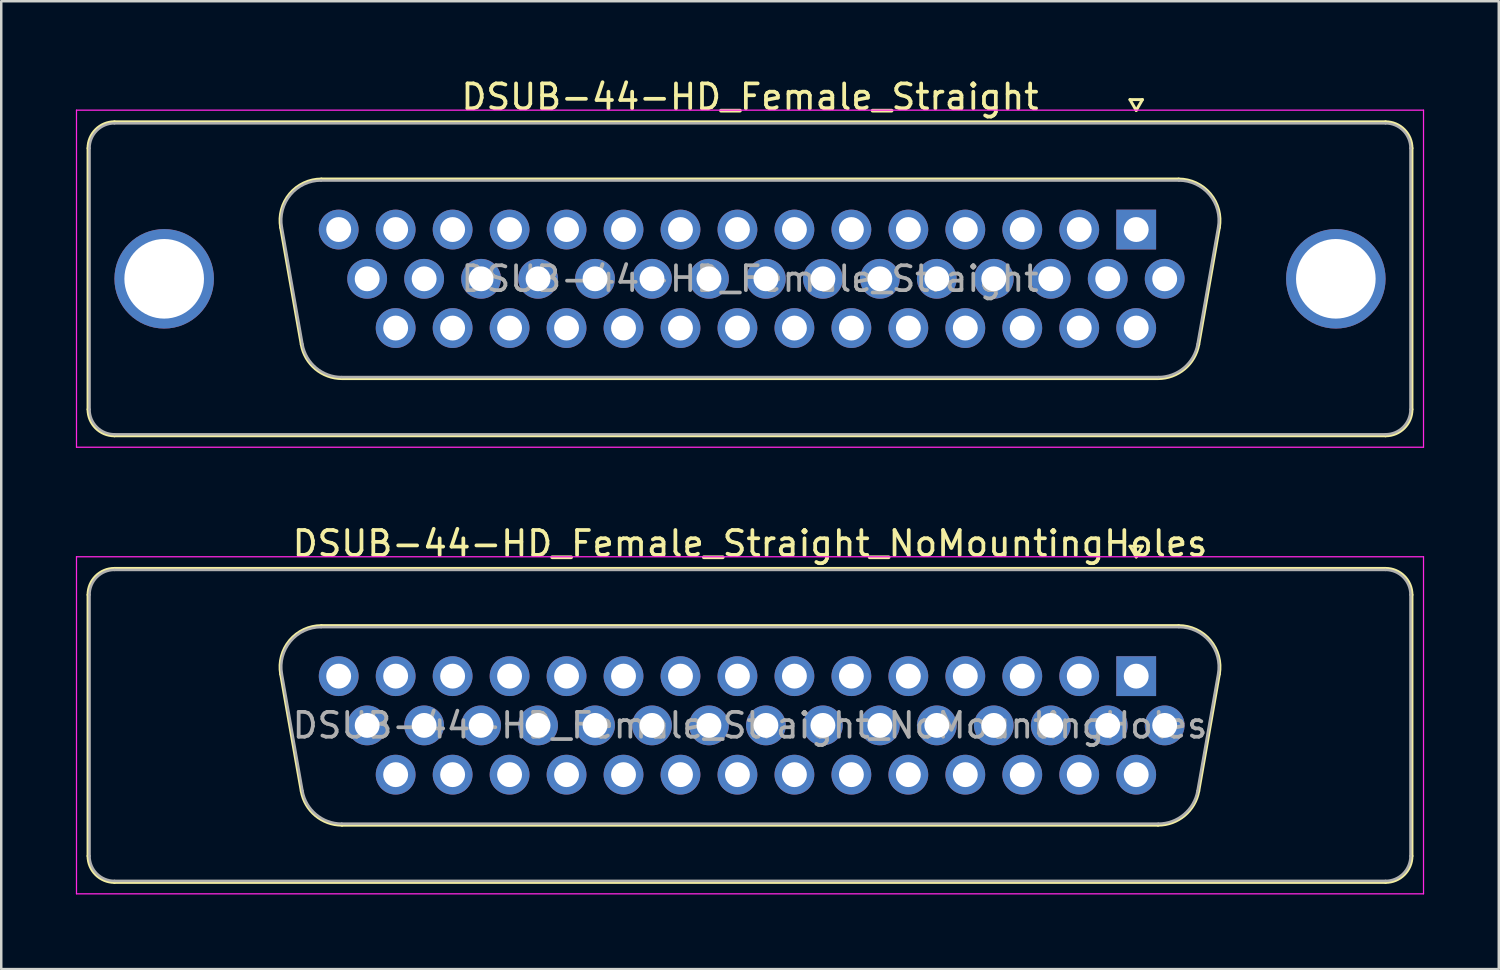
<source format=kicad_pcb>
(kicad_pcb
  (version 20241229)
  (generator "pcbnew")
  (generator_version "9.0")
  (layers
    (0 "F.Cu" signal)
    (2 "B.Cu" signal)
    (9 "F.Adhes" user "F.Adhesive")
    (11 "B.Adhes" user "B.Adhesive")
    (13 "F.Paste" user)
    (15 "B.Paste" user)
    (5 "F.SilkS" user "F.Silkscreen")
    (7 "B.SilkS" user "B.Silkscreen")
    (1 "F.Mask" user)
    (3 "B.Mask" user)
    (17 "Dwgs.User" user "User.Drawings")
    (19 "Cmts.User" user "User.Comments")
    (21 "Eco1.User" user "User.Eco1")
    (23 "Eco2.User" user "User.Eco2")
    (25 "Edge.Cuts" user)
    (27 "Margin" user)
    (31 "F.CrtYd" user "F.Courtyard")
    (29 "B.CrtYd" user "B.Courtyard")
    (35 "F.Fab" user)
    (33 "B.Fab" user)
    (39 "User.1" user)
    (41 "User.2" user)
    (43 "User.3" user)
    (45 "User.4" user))
  (footprint "DSUB-44-HD_Female_Straight"
    (layer "F.Cu")
    (at 42.625 6.178)
    (property "Reference" "DSUB-44-HD_Female_Straight" (at -15.525 -5.33 0) (layer "F.SilkS") (effects (font (size 1 1) (thickness 0.15))))
    (attr through_hole)
    (fp_line (start -42.135 7.23) (end -42.135 -3.27) (stroke (width 0.12) (type solid)) (layer "F.SilkS"))
    (fp_line (start -41.075 -4.33) (end 10.025 -4.33) (stroke (width 0.12) (type solid)) (layer "F.SilkS"))
    (fp_line (start -34.391 -0.082) (end -33.563 4.618) (stroke (width 0.12) (type solid)) (layer "F.SilkS"))
    (fp_line (start -32.757 -2.03) (end 1.707 -2.03) (stroke (width 0.12) (type solid)) (layer "F.SilkS"))
    (fp_line (start -31.928 5.99) (end 0.878 5.99) (stroke (width 0.12) (type solid)) (layer "F.SilkS"))
    (fp_line (start -0.25 -5.224) (end 0.25 -5.224) (stroke (width 0.12) (type solid)) (layer "F.SilkS"))
    (fp_line (start 0 -4.791) (end -0.25 -5.224) (stroke (width 0.12) (type solid)) (layer "F.SilkS"))
    (fp_line (start 0.25 -5.224) (end 0 -4.791) (stroke (width 0.12) (type solid)) (layer "F.SilkS"))
    (fp_line (start 3.341 -0.082) (end 2.513 4.618) (stroke (width 0.12) (type solid)) (layer "F.SilkS"))
    (fp_line (start 10.025 8.29) (end -41.075 8.29) (stroke (width 0.12) (type solid)) (layer "F.SilkS"))
    (fp_line (start 11.085 -3.27) (end 11.085 7.23) (stroke (width 0.12) (type solid)) (layer "F.SilkS"))
    (fp_arc (start -42.135 -3.27) (mid -41.824533 -4.019533) (end -41.075 -4.33) (stroke (width 0.12) (type solid)) (layer "F.SilkS"))
    (fp_arc (start -41.075 8.29) (mid -41.824533 7.979533) (end -42.135 7.23) (stroke (width 0.12) (type solid)) (layer "F.SilkS"))
    (fp_arc (start -34.39147 -0.081744) (mid -34.028323 -1.437028) (end -32.756689 -2.03) (stroke (width 0.12) (type solid)) (layer "F.SilkS"))
    (fp_arc (start -31.927952 5.99) (mid -32.994979 5.601634) (end -33.562733 4.618256) (stroke (width 0.12) (type solid)) (layer "F.SilkS"))
    (fp_arc (start 1.706689 -2.03) (mid 2.978323 -1.437027) (end 3.34147 -0.081744) (stroke (width 0.12) (type solid)) (layer "F.SilkS"))
    (fp_arc (start 2.512733 4.618256) (mid 1.94498 5.601634) (end 0.877952 5.99) (stroke (width 0.12) (type solid)) (layer "F.SilkS"))
    (fp_arc (start 10.025 -4.33) (mid 10.774533 -4.019533) (end 11.085 -3.27) (stroke (width 0.12) (type solid)) (layer "F.SilkS"))
    (fp_arc (start 11.085 7.23) (mid 10.774533 7.979533) (end 10.025 8.29) (stroke (width 0.12) (type solid)) (layer "F.SilkS"))
    (fp_line (start -42.6 -4.8) (end -42.6 8.75) (stroke (width 0.05) (type solid)) (layer "F.CrtYd"))
    (fp_line (start -42.6 8.75) (end 11.55 8.75) (stroke (width 0.05) (type solid)) (layer "F.CrtYd"))
    (fp_line (start 11.55 -4.8) (end -42.6 -4.8) (stroke (width 0.05) (type solid)) (layer "F.CrtYd"))
    (fp_line (start 11.55 8.75) (end 11.55 -4.8) (stroke (width 0.05) (type solid)) (layer "F.CrtYd"))
    (fp_line (start -42.075 7.23) (end -42.075 -3.27) (stroke (width 0.1) (type solid)) (layer "F.Fab"))
    (fp_line (start -41.075 -4.27) (end 10.025 -4.27) (stroke (width 0.1) (type solid)) (layer "F.Fab"))
    (fp_line (start -34.344 -0.092) (end -33.515 4.608) (stroke (width 0.1) (type solid)) (layer "F.Fab"))
    (fp_line (start -32.768 -1.97) (end 1.718 -1.97) (stroke (width 0.1) (type solid)) (layer "F.Fab"))
    (fp_line (start -31.939 5.93) (end 0.889 5.93) (stroke (width 0.1) (type solid)) (layer "F.Fab"))
    (fp_line (start 3.294 -0.092) (end 2.465 4.608) (stroke (width 0.1) (type solid)) (layer "F.Fab"))
    (fp_line (start 10.025 8.23) (end -41.075 8.23) (stroke (width 0.1) (type solid)) (layer "F.Fab"))
    (fp_line (start 11.025 -3.27) (end 11.025 7.23) (stroke (width 0.1) (type solid)) (layer "F.Fab"))
    (fp_arc (start -42.075 -3.27) (mid -41.782107 -3.977107) (end -41.075 -4.27) (stroke (width 0.1) (type solid)) (layer "F.Fab"))
    (fp_arc (start -41.075 8.23) (mid -41.782107 7.937107) (end -42.075 7.23) (stroke (width 0.1) (type solid)) (layer "F.Fab"))
    (fp_arc (start -34.343886 -0.092163) (mid -33.993865 -1.39846) (end -32.768194 -1.97) (stroke (width 0.1) (type solid)) (layer "F.Fab"))
    (fp_arc (start -31.939457 5.93) (mid -32.967917 5.555671) (end -33.515149 4.607837) (stroke (width 0.1) (type solid)) (layer "F.Fab"))
    (fp_arc (start 1.718194 -1.97) (mid 2.943865 -1.39846) (end 3.293886 -0.092163) (stroke (width 0.1) (type solid)) (layer "F.Fab"))
    (fp_arc (start 2.465149 4.607837) (mid 1.917917 5.555671) (end 0.889457 5.93) (stroke (width 0.1) (type solid)) (layer "F.Fab"))
    (fp_arc (start 10.025 -4.27) (mid 10.732107 -3.977107) (end 11.025 -3.27) (stroke (width 0.1) (type solid)) (layer "F.Fab"))
    (fp_arc (start 11.025 7.23) (mid 10.732107 7.937107) (end 10.025 8.23) (stroke (width 0.1) (type solid)) (layer "F.Fab"))
    (fp_text user "${REFERENCE}" (at -15.525 1.98 0) (layer "F.Fab") (effects (font (size 1 1) (thickness 0.15))))
    (pad "0" thru_hole circle (at -39.075 1.98) (size 4 4) (drill 3.2) (layers "*.Cu" "*.Mask"))
    (pad "0" thru_hole circle (at 8.025 1.98) (size 4 4) (drill 3.2) (layers "*.Cu" "*.Mask"))
    (pad "1" thru_hole rect (at 0 0) (size 1.6 1.6) (drill 1) (layers "*.Cu" "*.Mask"))
    (pad "2" thru_hole circle (at -2.29 0) (size 1.6 1.6) (drill 1) (layers "*.Cu" "*.Mask"))
    (pad "3" thru_hole circle (at -4.58 0) (size 1.6 1.6) (drill 1) (layers "*.Cu" "*.Mask"))
    (pad "4" thru_hole circle (at -6.87 0) (size 1.6 1.6) (drill 1) (layers "*.Cu" "*.Mask"))
    (pad "5" thru_hole circle (at -9.16 0) (size 1.6 1.6) (drill 1) (layers "*.Cu" "*.Mask"))
    (pad "6" thru_hole circle (at -11.45 0) (size 1.6 1.6) (drill 1) (layers "*.Cu" "*.Mask"))
    (pad "7" thru_hole circle (at -13.74 0) (size 1.6 1.6) (drill 1) (layers "*.Cu" "*.Mask"))
    (pad "8" thru_hole circle (at -16.03 0) (size 1.6 1.6) (drill 1) (layers "*.Cu" "*.Mask"))
    (pad "9" thru_hole circle (at -18.32 0) (size 1.6 1.6) (drill 1) (layers "*.Cu" "*.Mask"))
    (pad "10" thru_hole circle (at -20.61 0) (size 1.6 1.6) (drill 1) (layers "*.Cu" "*.Mask"))
    (pad "11" thru_hole circle (at -22.9 0) (size 1.6 1.6) (drill 1) (layers "*.Cu" "*.Mask"))
    (pad "12" thru_hole circle (at -25.19 0) (size 1.6 1.6) (drill 1) (layers "*.Cu" "*.Mask"))
    (pad "13" thru_hole circle (at -27.48 0) (size 1.6 1.6) (drill 1) (layers "*.Cu" "*.Mask"))
    (pad "14" thru_hole circle (at -29.77 0) (size 1.6 1.6) (drill 1) (layers "*.Cu" "*.Mask"))
    (pad "15" thru_hole circle (at -32.06 0) (size 1.6 1.6) (drill 1) (layers "*.Cu" "*.Mask"))
    (pad "16" thru_hole circle (at 1.145 1.98) (size 1.6 1.6) (drill 1) (layers "*.Cu" "*.Mask"))
    (pad "17" thru_hole circle (at -1.145 1.98) (size 1.6 1.6) (drill 1) (layers "*.Cu" "*.Mask"))
    (pad "18" thru_hole circle (at -3.435 1.98) (size 1.6 1.6) (drill 1) (layers "*.Cu" "*.Mask"))
    (pad "19" thru_hole circle (at -5.725 1.98) (size 1.6 1.6) (drill 1) (layers "*.Cu" "*.Mask"))
    (pad "20" thru_hole circle (at -8.015 1.98) (size 1.6 1.6) (drill 1) (layers "*.Cu" "*.Mask"))
    (pad "21" thru_hole circle (at -10.305 1.98) (size 1.6 1.6) (drill 1) (layers "*.Cu" "*.Mask"))
    (pad "22" thru_hole circle (at -12.595 1.98) (size 1.6 1.6) (drill 1) (layers "*.Cu" "*.Mask"))
    (pad "23" thru_hole circle (at -14.885 1.98) (size 1.6 1.6) (drill 1) (layers "*.Cu" "*.Mask"))
    (pad "24" thru_hole circle (at -17.175 1.98) (size 1.6 1.6) (drill 1) (layers "*.Cu" "*.Mask"))
    (pad "25" thru_hole circle (at -19.465 1.98) (size 1.6 1.6) (drill 1) (layers "*.Cu" "*.Mask"))
    (pad "26" thru_hole circle (at -21.755 1.98) (size 1.6 1.6) (drill 1) (layers "*.Cu" "*.Mask"))
    (pad "27" thru_hole circle (at -24.045 1.98) (size 1.6 1.6) (drill 1) (layers "*.Cu" "*.Mask"))
    (pad "28" thru_hole circle (at -26.335 1.98) (size 1.6 1.6) (drill 1) (layers "*.Cu" "*.Mask"))
    (pad "29" thru_hole circle (at -28.625 1.98) (size 1.6 1.6) (drill 1) (layers "*.Cu" "*.Mask"))
    (pad "30" thru_hole circle (at -30.915 1.98) (size 1.6 1.6) (drill 1) (layers "*.Cu" "*.Mask"))
    (pad "31" thru_hole circle (at 0 3.96) (size 1.6 1.6) (drill 1) (layers "*.Cu" "*.Mask"))
    (pad "32" thru_hole circle (at -2.29 3.96) (size 1.6 1.6) (drill 1) (layers "*.Cu" "*.Mask"))
    (pad "33" thru_hole circle (at -4.58 3.96) (size 1.6 1.6) (drill 1) (layers "*.Cu" "*.Mask"))
    (pad "34" thru_hole circle (at -6.87 3.96) (size 1.6 1.6) (drill 1) (layers "*.Cu" "*.Mask"))
    (pad "35" thru_hole circle (at -9.16 3.96) (size 1.6 1.6) (drill 1) (layers "*.Cu" "*.Mask"))
    (pad "36" thru_hole circle (at -11.45 3.96) (size 1.6 1.6) (drill 1) (layers "*.Cu" "*.Mask"))
    (pad "37" thru_hole circle (at -13.74 3.96) (size 1.6 1.6) (drill 1) (layers "*.Cu" "*.Mask"))
    (pad "38" thru_hole circle (at -16.03 3.96) (size 1.6 1.6) (drill 1) (layers "*.Cu" "*.Mask"))
    (pad "39" thru_hole circle (at -18.32 3.96) (size 1.6 1.6) (drill 1) (layers "*.Cu" "*.Mask"))
    (pad "40" thru_hole circle (at -20.61 3.96) (size 1.6 1.6) (drill 1) (layers "*.Cu" "*.Mask"))
    (pad "41" thru_hole circle (at -22.9 3.96) (size 1.6 1.6) (drill 1) (layers "*.Cu" "*.Mask"))
    (pad "42" thru_hole circle (at -25.19 3.96) (size 1.6 1.6) (drill 1) (layers "*.Cu" "*.Mask"))
    (pad "43" thru_hole circle (at -27.48 3.96) (size 1.6 1.6) (drill 1) (layers "*.Cu" "*.Mask"))
    (pad "44" thru_hole circle (at -29.77 3.96) (size 1.6 1.6) (drill 1) (layers "*.Cu" "*.Mask")))
  (footprint "DSUB-44-HD_Female_Straight_NoMountingHoles"
    (layer "F.Cu")
    (at 42.625 24.131)
    (property "Reference" "DSUB-44-HD_Female_Straight_NoMountingHoles" (at -15.525 -5.33 0) (layer "F.SilkS") (effects (font (size 1 1) (thickness 0.15))))
    (attr through_hole)
    (fp_line (start -42.135 7.23) (end -42.135 -3.27) (stroke (width 0.12) (type solid)) (layer "F.SilkS"))
    (fp_line (start -41.075 -4.33) (end 10.025 -4.33) (stroke (width 0.12) (type solid)) (layer "F.SilkS"))
    (fp_line (start -34.391 -0.082) (end -33.563 4.618) (stroke (width 0.12) (type solid)) (layer "F.SilkS"))
    (fp_line (start -32.757 -2.03) (end 1.707 -2.03) (stroke (width 0.12) (type solid)) (layer "F.SilkS"))
    (fp_line (start -31.928 5.99) (end 0.878 5.99) (stroke (width 0.12) (type solid)) (layer "F.SilkS"))
    (fp_line (start -0.25 -5.224) (end 0.25 -5.224) (stroke (width 0.12) (type solid)) (layer "F.SilkS"))
    (fp_line (start 0 -4.791) (end -0.25 -5.224) (stroke (width 0.12) (type solid)) (layer "F.SilkS"))
    (fp_line (start 0.25 -5.224) (end 0 -4.791) (stroke (width 0.12) (type solid)) (layer "F.SilkS"))
    (fp_line (start 3.341 -0.082) (end 2.513 4.618) (stroke (width 0.12) (type solid)) (layer "F.SilkS"))
    (fp_line (start 10.025 8.29) (end -41.075 8.29) (stroke (width 0.12) (type solid)) (layer "F.SilkS"))
    (fp_line (start 11.085 -3.27) (end 11.085 7.23) (stroke (width 0.12) (type solid)) (layer "F.SilkS"))
    (fp_arc (start -42.135 -3.27) (mid -41.824533 -4.019533) (end -41.075 -4.33) (stroke (width 0.12) (type solid)) (layer "F.SilkS"))
    (fp_arc (start -41.075 8.29) (mid -41.824533 7.979533) (end -42.135 7.23) (stroke (width 0.12) (type solid)) (layer "F.SilkS"))
    (fp_arc (start -34.39147 -0.081744) (mid -34.028323 -1.437028) (end -32.756689 -2.03) (stroke (width 0.12) (type solid)) (layer "F.SilkS"))
    (fp_arc (start -31.927952 5.99) (mid -32.994979 5.601634) (end -33.562733 4.618256) (stroke (width 0.12) (type solid)) (layer "F.SilkS"))
    (fp_arc (start 1.706689 -2.03) (mid 2.978323 -1.437027) (end 3.34147 -0.081744) (stroke (width 0.12) (type solid)) (layer "F.SilkS"))
    (fp_arc (start 2.512733 4.618256) (mid 1.94498 5.601634) (end 0.877952 5.99) (stroke (width 0.12) (type solid)) (layer "F.SilkS"))
    (fp_arc (start 10.025 -4.33) (mid 10.774533 -4.019533) (end 11.085 -3.27) (stroke (width 0.12) (type solid)) (layer "F.SilkS"))
    (fp_arc (start 11.085 7.23) (mid 10.774533 7.979533) (end 10.025 8.29) (stroke (width 0.12) (type solid)) (layer "F.SilkS"))
    (fp_line (start -42.6 -4.8) (end -42.6 8.75) (stroke (width 0.05) (type solid)) (layer "F.CrtYd"))
    (fp_line (start -42.6 8.75) (end 11.55 8.75) (stroke (width 0.05) (type solid)) (layer "F.CrtYd"))
    (fp_line (start 11.55 -4.8) (end -42.6 -4.8) (stroke (width 0.05) (type solid)) (layer "F.CrtYd"))
    (fp_line (start 11.55 8.75) (end 11.55 -4.8) (stroke (width 0.05) (type solid)) (layer "F.CrtYd"))
    (fp_line (start -42.075 7.23) (end -42.075 -3.27) (stroke (width 0.1) (type solid)) (layer "F.Fab"))
    (fp_line (start -41.075 -4.27) (end 10.025 -4.27) (stroke (width 0.1) (type solid)) (layer "F.Fab"))
    (fp_line (start -34.344 -0.092) (end -33.515 4.608) (stroke (width 0.1) (type solid)) (layer "F.Fab"))
    (fp_line (start -32.768 -1.97) (end 1.718 -1.97) (stroke (width 0.1) (type solid)) (layer "F.Fab"))
    (fp_line (start -31.939 5.93) (end 0.889 5.93) (stroke (width 0.1) (type solid)) (layer "F.Fab"))
    (fp_line (start 3.294 -0.092) (end 2.465 4.608) (stroke (width 0.1) (type solid)) (layer "F.Fab"))
    (fp_line (start 10.025 8.23) (end -41.075 8.23) (stroke (width 0.1) (type solid)) (layer "F.Fab"))
    (fp_line (start 11.025 -3.27) (end 11.025 7.23) (stroke (width 0.1) (type solid)) (layer "F.Fab"))
    (fp_arc (start -42.075 -3.27) (mid -41.782107 -3.977107) (end -41.075 -4.27) (stroke (width 0.1) (type solid)) (layer "F.Fab"))
    (fp_arc (start -41.075 8.23) (mid -41.782107 7.937107) (end -42.075 7.23) (stroke (width 0.1) (type solid)) (layer "F.Fab"))
    (fp_arc (start -34.343886 -0.092163) (mid -33.993865 -1.39846) (end -32.768194 -1.97) (stroke (width 0.1) (type solid)) (layer "F.Fab"))
    (fp_arc (start -31.939457 5.93) (mid -32.967917 5.555671) (end -33.515149 4.607837) (stroke (width 0.1) (type solid)) (layer "F.Fab"))
    (fp_arc (start 1.718194 -1.97) (mid 2.943865 -1.39846) (end 3.293886 -0.092163) (stroke (width 0.1) (type solid)) (layer "F.Fab"))
    (fp_arc (start 2.465149 4.607837) (mid 1.917917 5.555671) (end 0.889457 5.93) (stroke (width 0.1) (type solid)) (layer "F.Fab"))
    (fp_arc (start 10.025 -4.27) (mid 10.732107 -3.977107) (end 11.025 -3.27) (stroke (width 0.1) (type solid)) (layer "F.Fab"))
    (fp_arc (start 11.025 7.23) (mid 10.732107 7.937107) (end 10.025 8.23) (stroke (width 0.1) (type solid)) (layer "F.Fab"))
    (fp_text user "${REFERENCE}" (at -15.525 1.98 0) (layer "F.Fab") (effects (font (size 1 1) (thickness 0.15))))
    (pad "1" thru_hole rect (at 0 0) (size 1.6 1.6) (drill 1) (layers "*.Cu" "*.Mask"))
    (pad "2" thru_hole circle (at -2.29 0) (size 1.6 1.6) (drill 1) (layers "*.Cu" "*.Mask"))
    (pad "3" thru_hole circle (at -4.58 0) (size 1.6 1.6) (drill 1) (layers "*.Cu" "*.Mask"))
    (pad "4" thru_hole circle (at -6.87 0) (size 1.6 1.6) (drill 1) (layers "*.Cu" "*.Mask"))
    (pad "5" thru_hole circle (at -9.16 0) (size 1.6 1.6) (drill 1) (layers "*.Cu" "*.Mask"))
    (pad "6" thru_hole circle (at -11.45 0) (size 1.6 1.6) (drill 1) (layers "*.Cu" "*.Mask"))
    (pad "7" thru_hole circle (at -13.74 0) (size 1.6 1.6) (drill 1) (layers "*.Cu" "*.Mask"))
    (pad "8" thru_hole circle (at -16.03 0) (size 1.6 1.6) (drill 1) (layers "*.Cu" "*.Mask"))
    (pad "9" thru_hole circle (at -18.32 0) (size 1.6 1.6) (drill 1) (layers "*.Cu" "*.Mask"))
    (pad "10" thru_hole circle (at -20.61 0) (size 1.6 1.6) (drill 1) (layers "*.Cu" "*.Mask"))
    (pad "11" thru_hole circle (at -22.9 0) (size 1.6 1.6) (drill 1) (layers "*.Cu" "*.Mask"))
    (pad "12" thru_hole circle (at -25.19 0) (size 1.6 1.6) (drill 1) (layers "*.Cu" "*.Mask"))
    (pad "13" thru_hole circle (at -27.48 0) (size 1.6 1.6) (drill 1) (layers "*.Cu" "*.Mask"))
    (pad "14" thru_hole circle (at -29.77 0) (size 1.6 1.6) (drill 1) (layers "*.Cu" "*.Mask"))
    (pad "15" thru_hole circle (at -32.06 0) (size 1.6 1.6) (drill 1) (layers "*.Cu" "*.Mask"))
    (pad "16" thru_hole circle (at 1.145 1.98) (size 1.6 1.6) (drill 1) (layers "*.Cu" "*.Mask"))
    (pad "17" thru_hole circle (at -1.145 1.98) (size 1.6 1.6) (drill 1) (layers "*.Cu" "*.Mask"))
    (pad "18" thru_hole circle (at -3.435 1.98) (size 1.6 1.6) (drill 1) (layers "*.Cu" "*.Mask"))
    (pad "19" thru_hole circle (at -5.725 1.98) (size 1.6 1.6) (drill 1) (layers "*.Cu" "*.Mask"))
    (pad "20" thru_hole circle (at -8.015 1.98) (size 1.6 1.6) (drill 1) (layers "*.Cu" "*.Mask"))
    (pad "21" thru_hole circle (at -10.305 1.98) (size 1.6 1.6) (drill 1) (layers "*.Cu" "*.Mask"))
    (pad "22" thru_hole circle (at -12.595 1.98) (size 1.6 1.6) (drill 1) (layers "*.Cu" "*.Mask"))
    (pad "23" thru_hole circle (at -14.885 1.98) (size 1.6 1.6) (drill 1) (layers "*.Cu" "*.Mask"))
    (pad "24" thru_hole circle (at -17.175 1.98) (size 1.6 1.6) (drill 1) (layers "*.Cu" "*.Mask"))
    (pad "25" thru_hole circle (at -19.465 1.98) (size 1.6 1.6) (drill 1) (layers "*.Cu" "*.Mask"))
    (pad "26" thru_hole circle (at -21.755 1.98) (size 1.6 1.6) (drill 1) (layers "*.Cu" "*.Mask"))
    (pad "27" thru_hole circle (at -24.045 1.98) (size 1.6 1.6) (drill 1) (layers "*.Cu" "*.Mask"))
    (pad "28" thru_hole circle (at -26.335 1.98) (size 1.6 1.6) (drill 1) (layers "*.Cu" "*.Mask"))
    (pad "29" thru_hole circle (at -28.625 1.98) (size 1.6 1.6) (drill 1) (layers "*.Cu" "*.Mask"))
    (pad "30" thru_hole circle (at -30.915 1.98) (size 1.6 1.6) (drill 1) (layers "*.Cu" "*.Mask"))
    (pad "31" thru_hole circle (at 0 3.96) (size 1.6 1.6) (drill 1) (layers "*.Cu" "*.Mask"))
    (pad "32" thru_hole circle (at -2.29 3.96) (size 1.6 1.6) (drill 1) (layers "*.Cu" "*.Mask"))
    (pad "33" thru_hole circle (at -4.58 3.96) (size 1.6 1.6) (drill 1) (layers "*.Cu" "*.Mask"))
    (pad "34" thru_hole circle (at -6.87 3.96) (size 1.6 1.6) (drill 1) (layers "*.Cu" "*.Mask"))
    (pad "35" thru_hole circle (at -9.16 3.96) (size 1.6 1.6) (drill 1) (layers "*.Cu" "*.Mask"))
    (pad "36" thru_hole circle (at -11.45 3.96) (size 1.6 1.6) (drill 1) (layers "*.Cu" "*.Mask"))
    (pad "37" thru_hole circle (at -13.74 3.96) (size 1.6 1.6) (drill 1) (layers "*.Cu" "*.Mask"))
    (pad "38" thru_hole circle (at -16.03 3.96) (size 1.6 1.6) (drill 1) (layers "*.Cu" "*.Mask"))
    (pad "39" thru_hole circle (at -18.32 3.96) (size 1.6 1.6) (drill 1) (layers "*.Cu" "*.Mask"))
    (pad "40" thru_hole circle (at -20.61 3.96) (size 1.6 1.6) (drill 1) (layers "*.Cu" "*.Mask"))
    (pad "41" thru_hole circle (at -22.9 3.96) (size 1.6 1.6) (drill 1) (layers "*.Cu" "*.Mask"))
    (pad "42" thru_hole circle (at -25.19 3.96) (size 1.6 1.6) (drill 1) (layers "*.Cu" "*.Mask"))
    (pad "43" thru_hole circle (at -27.48 3.96) (size 1.6 1.6) (drill 1) (layers "*.Cu" "*.Mask"))
    (pad "44" thru_hole circle (at -29.77 3.96) (size 1.6 1.6) (drill 1) (layers "*.Cu" "*.Mask")))
  (gr_rect
    (start -3 -3)
    (end 57.2 35.907)
    (stroke (width 0.1) (type default))
    (fill no)
    (layer "Edge.Cuts")))
</source>
